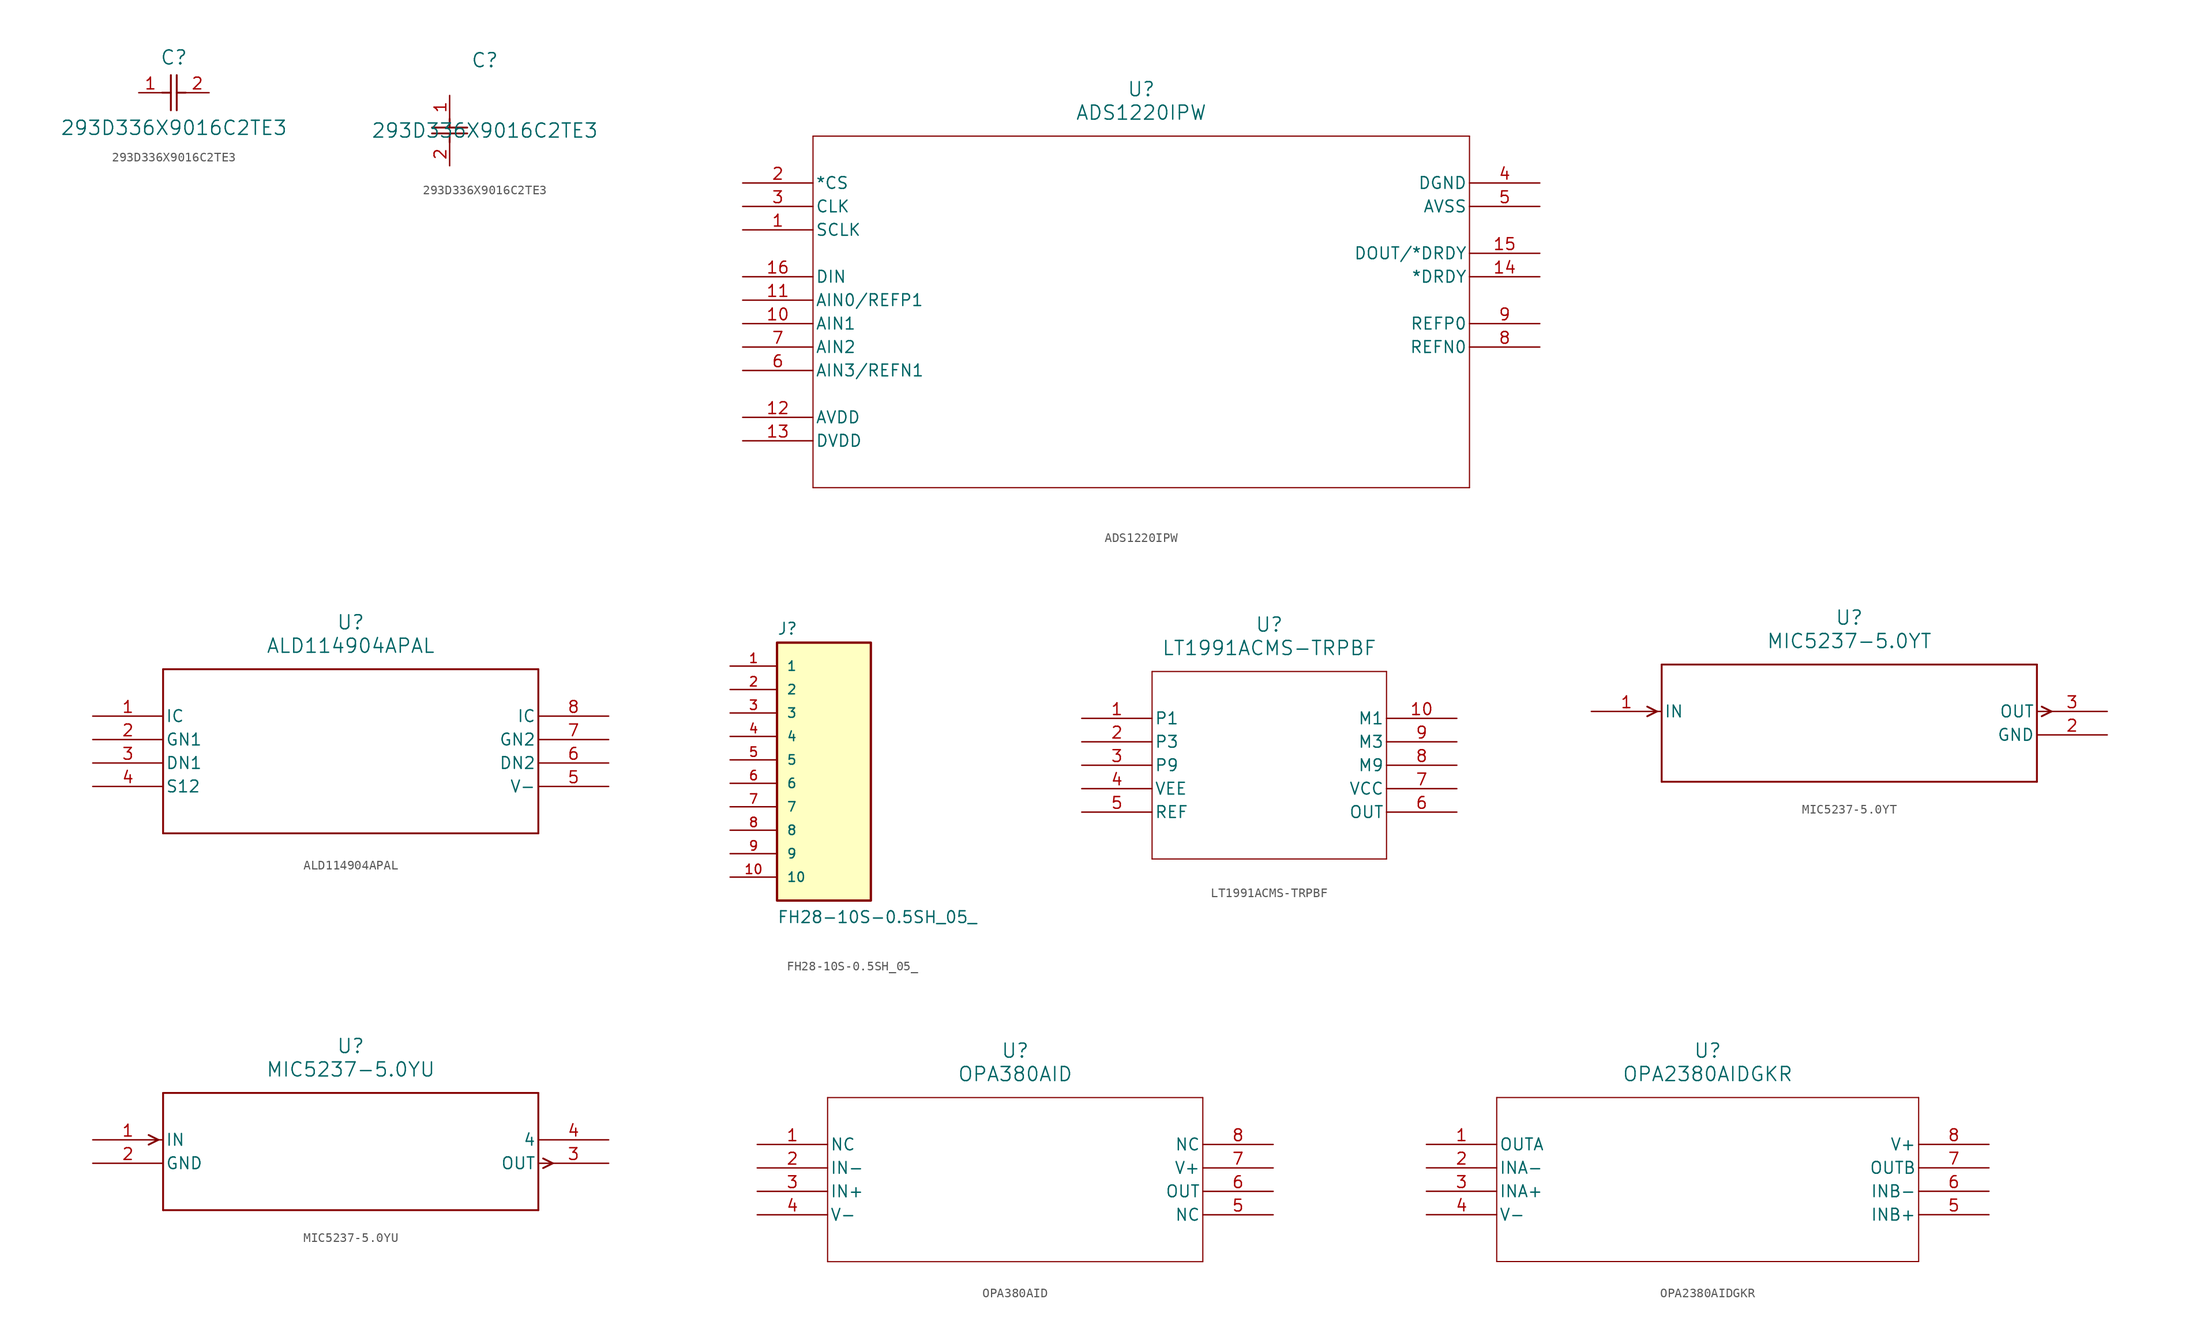
<source format=kicad_sym>
(kicad_symbol_lib
  (version 20241209)
  (generator "kicad_symbol_editor")
  (generator_version "9.0")
  (symbol "293D336X9016C2TE3"
    (pin_names
      (offset 0.254))
    (property "Reference" "C"
      (at 3.81 3.81 0)
      (effects (font (size 1.524 1.524))))
    (property "Value" "293D336X9016C2TE3"
      (at 3.81 -3.81 0)
      (effects (font (size 1.524 1.524))))
    (property "ki_locked" ""
      (at 0 0 0)
      (effects (font (size 1.27 1.27))))
    (symbol "293D336X9016C2TE3_1_1"
      (polyline (pts (xy 2.54 0) (xy 3.48 0)) (stroke (width 0.203) (type default)) (fill (type none)))
      (polyline (pts (xy 3.48 -1.905) (xy 3.48 1.905)) (stroke (width 0.203) (type default)) (fill (type none)))
      (polyline (pts (xy 4.115 0) (xy 5.08 0)) (stroke (width 0.203) (type default)) (fill (type none)))
      (polyline (pts (xy 4.115 -1.905) (xy 4.115 1.905)) (stroke (width 0.203) (type default)) (fill (type none)))
      (pin unspecified line (at 0 0 0) (length 2.54) (name "" (effects (font (size 1.27 1.27)))) (number "1" (effects (font (size 1.27 1.27)))))
      (pin unspecified line (at 7.62 0 180) (length 2.54) (name "" (effects (font (size 1.27 1.27)))) (number "2" (effects (font (size 1.27 1.27))))))
    (symbol "293D336X9016C2TE3_1_2"
      (polyline (pts (xy -1.905 -3.48) (xy 1.905 -3.48)) (stroke (width 0.203) (type default)) (fill (type none)))
      (polyline (pts (xy -1.905 -4.115) (xy 1.905 -4.115)) (stroke (width 0.203) (type default)) (fill (type none)))
      (polyline (pts (xy 0 -2.54) (xy 0 -3.48)) (stroke (width 0.203) (type default)) (fill (type none)))
      (polyline (pts (xy 0 -4.115) (xy 0 -5.08)) (stroke (width 0.203) (type default)) (fill (type none)))
      (pin unspecified line (at 0 0 270) (length 2.54) (name "" (effects (font (size 1.27 1.27)))) (number "1" (effects (font (size 1.27 1.27)))))
      (pin unspecified line (at 0 -7.62 90) (length 2.54) (name "" (effects (font (size 1.27 1.27)))) (number "2" (effects (font (size 1.27 1.27)))))))
  (symbol "ADS1220IPW"
    (pin_names
      (offset 0.254))
    (property "Reference" "U"
      (at 43.18 10.16 0)
      (effects (font (size 1.524 1.524))))
    (property "Value" "ADS1220IPW"
      (at 43.18 7.62 0)
      (effects (font (size 1.524 1.524))))
    (property "ki_locked" ""
      (at 0 0 0)
      (effects (font (size 1.27 1.27))))
    (symbol "ADS1220IPW_0_1"
      (polyline (pts (xy 7.62 5.08) (xy 7.62 -33.02)) (stroke (width 0.127) (type default)) (fill (type none)))
      (polyline (pts (xy 7.62 -33.02) (xy 78.74 -33.02)) (stroke (width 0.127) (type default)) (fill (type none)))
      (polyline (pts (xy 78.74 5.08) (xy 7.62 5.08)) (stroke (width 0.127) (type default)) (fill (type none)))
      (polyline (pts (xy 78.74 -33.02) (xy 78.74 5.08)) (stroke (width 0.127) (type default)) (fill (type none)))
      (pin input line (at 0 0 0) (length 7.62) (name "*CS" (effects (font (size 1.27 1.27)))) (number "2" (effects (font (size 1.27 1.27)))))
      (pin input line (at 0 -2.54 0) (length 7.62) (name "CLK" (effects (font (size 1.27 1.27)))) (number "3" (effects (font (size 1.27 1.27)))))
      (pin input line (at 0 -5.08 0) (length 7.62) (name "SCLK" (effects (font (size 1.27 1.27)))) (number "1" (effects (font (size 1.27 1.27)))))
      (pin input line (at 0 -10.16 0) (length 7.62) (name "DIN" (effects (font (size 1.27 1.27)))) (number "16" (effects (font (size 1.27 1.27)))))
      (pin input line (at 0 -12.7 0) (length 7.62) (name "AIN0/REFP1" (effects (font (size 1.27 1.27)))) (number "11" (effects (font (size 1.27 1.27)))))
      (pin input line (at 0 -15.24 0) (length 7.62) (name "AIN1" (effects (font (size 1.27 1.27)))) (number "10" (effects (font (size 1.27 1.27)))))
      (pin input line (at 0 -17.78 0) (length 7.62) (name "AIN2" (effects (font (size 1.27 1.27)))) (number "7" (effects (font (size 1.27 1.27)))))
      (pin input line (at 0 -20.32 0) (length 7.62) (name "AIN3/REFN1" (effects (font (size 1.27 1.27)))) (number "6" (effects (font (size 1.27 1.27)))))
      (pin power_in line (at 0 -25.4 0) (length 7.62) (name "AVDD" (effects (font (size 1.27 1.27)))) (number "12" (effects (font (size 1.27 1.27)))))
      (pin power_in line (at 0 -27.94 0) (length 7.62) (name "DVDD" (effects (font (size 1.27 1.27)))) (number "13" (effects (font (size 1.27 1.27)))))
      (pin power_in line (at 86.36 0 180) (length 7.62) (name "DGND" (effects (font (size 1.27 1.27)))) (number "4" (effects (font (size 1.27 1.27)))))
      (pin power_in line (at 86.36 -2.54 180) (length 7.62) (name "AVSS" (effects (font (size 1.27 1.27)))) (number "5" (effects (font (size 1.27 1.27)))))
      (pin output line (at 86.36 -7.62 180) (length 7.62) (name "DOUT/*DRDY" (effects (font (size 1.27 1.27)))) (number "15" (effects (font (size 1.27 1.27)))))
      (pin output line (at 86.36 -10.16 180) (length 7.62) (name "*DRDY" (effects (font (size 1.27 1.27)))) (number "14" (effects (font (size 1.27 1.27)))))
      (pin input line (at 86.36 -15.24 180) (length 7.62) (name "REFP0" (effects (font (size 1.27 1.27)))) (number "9" (effects (font (size 1.27 1.27)))))
      (pin input line (at 86.36 -17.78 180) (length 7.62) (name "REFN0" (effects (font (size 1.27 1.27)))) (number "8" (effects (font (size 1.27 1.27)))))))
  (symbol "ALD114904APAL"
    (pin_names
      (offset 0.254))
    (property "Reference" "U"
      (at 27.94 10.16 0)
      (effects (font (size 1.524 1.524))))
    (property "Value" "ALD114904APAL"
      (at 27.94 7.62 0)
      (effects (font (size 1.524 1.524))))
    (property "ki_locked" ""
      (at 0 0 0)
      (effects (font (size 1.27 1.27))))
    (symbol "ALD114904APAL_0_1"
      (polyline (pts (xy 7.62 5.08) (xy 7.62 -12.7)) (stroke (width 0.203) (type default)) (fill (type none)))
      (polyline (pts (xy 7.62 -12.7) (xy 48.26 -12.7)) (stroke (width 0.203) (type default)) (fill (type none)))
      (polyline (pts (xy 48.26 5.08) (xy 7.62 5.08)) (stroke (width 0.203) (type default)) (fill (type none)))
      (polyline (pts (xy 48.26 -12.7) (xy 48.26 5.08)) (stroke (width 0.203) (type default)) (fill (type none)))
      (pin unspecified line (at 0 0 0) (length 7.62) (name "IC" (effects (font (size 1.27 1.27)))) (number "1" (effects (font (size 1.27 1.27)))))
      (pin unspecified line (at 0 -2.54 0) (length 7.62) (name "GN1" (effects (font (size 1.27 1.27)))) (number "2" (effects (font (size 1.27 1.27)))))
      (pin unspecified line (at 0 -5.08 0) (length 7.62) (name "DN1" (effects (font (size 1.27 1.27)))) (number "3" (effects (font (size 1.27 1.27)))))
      (pin unspecified line (at 0 -7.62 0) (length 7.62) (name "S12" (effects (font (size 1.27 1.27)))) (number "4" (effects (font (size 1.27 1.27)))))
      (pin unspecified line (at 55.88 0 180) (length 7.62) (name "IC" (effects (font (size 1.27 1.27)))) (number "8" (effects (font (size 1.27 1.27)))))
      (pin unspecified line (at 55.88 -2.54 180) (length 7.62) (name "GN2" (effects (font (size 1.27 1.27)))) (number "7" (effects (font (size 1.27 1.27)))))
      (pin unspecified line (at 55.88 -5.08 180) (length 7.62) (name "DN2" (effects (font (size 1.27 1.27)))) (number "6" (effects (font (size 1.27 1.27)))))
      (pin power_in line (at 55.88 -7.62 180) (length 7.62) (name "V-" (effects (font (size 1.27 1.27)))) (number "5" (effects (font (size 1.27 1.27)))))))
  (symbol "FH28-10S-0.5SH_05_"
    (pin_names
      (offset 1.016))
    (property "Reference" "J"
      (at -5.08 13.462 0)
      (effects (font (size 1.27 1.27)) (justify left bottom)))
    (property "Value" "FH28-10S-0.5SH_05_"
      (at -5.08 -17.78 0)
      (effects (font (size 1.27 1.27)) (justify left bottom)))
    (symbol "FH28-10S-0.5SH_05__0_0"
      (rectangle (start -5.08 -15.24) (end 5.08 12.7) (stroke (width 0.254) (type default)) (fill (type background)))
      (pin passive line (at -10.16 10.16 0) (length 5.08) (name "1" (effects (font (size 1.016 1.016)))) (number "1" (effects (font (size 1.016 1.016)))))
      (pin passive line (at -10.16 7.62 0) (length 5.08) (name "2" (effects (font (size 1.016 1.016)))) (number "2" (effects (font (size 1.016 1.016)))))
      (pin passive line (at -10.16 5.08 0) (length 5.08) (name "3" (effects (font (size 1.016 1.016)))) (number "3" (effects (font (size 1.016 1.016)))))
      (pin passive line (at -10.16 2.54 0) (length 5.08) (name "4" (effects (font (size 1.016 1.016)))) (number "4" (effects (font (size 1.016 1.016)))))
      (pin passive line (at -10.16 0 0) (length 5.08) (name "5" (effects (font (size 1.016 1.016)))) (number "5" (effects (font (size 1.016 1.016)))))
      (pin passive line (at -10.16 -2.54 0) (length 5.08) (name "6" (effects (font (size 1.016 1.016)))) (number "6" (effects (font (size 1.016 1.016)))))
      (pin passive line (at -10.16 -5.08 0) (length 5.08) (name "7" (effects (font (size 1.016 1.016)))) (number "7" (effects (font (size 1.016 1.016)))))
      (pin passive line (at -10.16 -7.62 0) (length 5.08) (name "8" (effects (font (size 1.016 1.016)))) (number "8" (effects (font (size 1.016 1.016)))))
      (pin passive line (at -10.16 -10.16 0) (length 5.08) (name "9" (effects (font (size 1.016 1.016)))) (number "9" (effects (font (size 1.016 1.016)))))
      (pin passive line (at -10.16 -12.7 0) (length 5.08) (name "10" (effects (font (size 1.016 1.016)))) (number "10" (effects (font (size 1.016 1.016)))))))
  (symbol "LT1991ACMS-TRPBF"
    (pin_names
      (offset 0.254))
    (property "Reference" "U"
      (at 20.32 10.16 0)
      (effects (font (size 1.524 1.524))))
    (property "Value" "LT1991ACMS-TRPBF"
      (at 20.32 7.62 0)
      (effects (font (size 1.524 1.524))))
    (property "ki_locked" ""
      (at 0 0 0)
      (effects (font (size 1.27 1.27))))
    (symbol "LT1991ACMS-TRPBF_0_1"
      (polyline (pts (xy 7.62 5.08) (xy 7.62 -15.24)) (stroke (width 0.127) (type default)) (fill (type none)))
      (polyline (pts (xy 7.62 -15.24) (xy 33.02 -15.24)) (stroke (width 0.127) (type default)) (fill (type none)))
      (polyline (pts (xy 33.02 5.08) (xy 7.62 5.08)) (stroke (width 0.127) (type default)) (fill (type none)))
      (polyline (pts (xy 33.02 -15.24) (xy 33.02 5.08)) (stroke (width 0.127) (type default)) (fill (type none)))
      (pin input line (at 0 0 0) (length 7.62) (name "P1" (effects (font (size 1.27 1.27)))) (number "1" (effects (font (size 1.27 1.27)))))
      (pin input line (at 0 -2.54 0) (length 7.62) (name "P3" (effects (font (size 1.27 1.27)))) (number "2" (effects (font (size 1.27 1.27)))))
      (pin input line (at 0 -5.08 0) (length 7.62) (name "P9" (effects (font (size 1.27 1.27)))) (number "3" (effects (font (size 1.27 1.27)))))
      (pin power_in line (at 0 -7.62 0) (length 7.62) (name "VEE" (effects (font (size 1.27 1.27)))) (number "4" (effects (font (size 1.27 1.27)))))
      (pin input line (at 0 -10.16 0) (length 7.62) (name "REF" (effects (font (size 1.27 1.27)))) (number "5" (effects (font (size 1.27 1.27)))))
      (pin input line (at 40.64 0 180) (length 7.62) (name "M1" (effects (font (size 1.27 1.27)))) (number "10" (effects (font (size 1.27 1.27)))))
      (pin input line (at 40.64 -2.54 180) (length 7.62) (name "M3" (effects (font (size 1.27 1.27)))) (number "9" (effects (font (size 1.27 1.27)))))
      (pin input line (at 40.64 -5.08 180) (length 7.62) (name "M9" (effects (font (size 1.27 1.27)))) (number "8" (effects (font (size 1.27 1.27)))))
      (pin power_in line (at 40.64 -7.62 180) (length 7.62) (name "VCC" (effects (font (size 1.27 1.27)))) (number "7" (effects (font (size 1.27 1.27)))))
      (pin output line (at 40.64 -10.16 180) (length 7.62) (name "OUT" (effects (font (size 1.27 1.27)))) (number "6" (effects (font (size 1.27 1.27)))))))
  (symbol "MIC5237-5.0YT"
    (pin_names
      (offset 0.254))
    (property "Reference" "U"
      (at 27.94 10.16 0)
      (effects (font (size 1.524 1.524))))
    (property "Value" "MIC5237-5.0YT"
      (at 27.94 7.62 0)
      (effects (font (size 1.524 1.524))))
    (property "ki_locked" ""
      (at 0 0 0)
      (effects (font (size 1.27 1.27))))
    (symbol "MIC5237-5.0YT_0_1"
      (polyline (pts (xy 7.099 0) (xy 6.058 0.521)) (stroke (width 0.203) (type default)) (fill (type none)))
      (polyline (pts (xy 7.099 0) (xy 6.058 -0.521)) (stroke (width 0.203) (type default)) (fill (type none)))
      (polyline (pts (xy 7.62 5.08) (xy 7.62 -7.62)) (stroke (width 0.203) (type default)) (fill (type none)))
      (polyline (pts (xy 7.62 -7.62) (xy 48.26 -7.62)) (stroke (width 0.203) (type default)) (fill (type none)))
      (polyline (pts (xy 48.26 5.08) (xy 7.62 5.08)) (stroke (width 0.203) (type default)) (fill (type none)))
      (polyline (pts (xy 48.26 -7.62) (xy 48.26 5.08)) (stroke (width 0.203) (type default)) (fill (type none)))
      (polyline (pts (xy 48.781 0.521) (xy 49.822 0)) (stroke (width 0.203) (type default)) (fill (type none)))
      (polyline (pts (xy 48.781 -0.521) (xy 49.822 0)) (stroke (width 0.203) (type default)) (fill (type none)))
      (pin input line (at 0 0 0) (length 7.62) (name "IN" (effects (font (size 1.27 1.27)))) (number "1" (effects (font (size 1.27 1.27)))))
      (pin power_in line (at 55.88 -2.54 180) (length 7.62) (name "GND" (effects (font (size 1.27 1.27)))) (number "2" (effects (font (size 1.27 1.27))))))
    (symbol "MIC5237-5.0YT_1_1"
      (pin power_in line (at 55.88 0 180) (length 7.62) (name "OUT" (effects (font (size 1.27 1.27)))) (number "3" (effects (font (size 1.27 1.27)))))))
  (symbol "MIC5237-5.0YU"
    (pin_names
      (offset 0.254))
    (property "Reference" "U"
      (at 27.94 10.16 0)
      (effects (font (size 1.524 1.524))))
    (property "Value" "MIC5237-5.0YU"
      (at 27.94 7.62 0)
      (effects (font (size 1.524 1.524))))
    (property "ki_locked" ""
      (at 0 0 0)
      (effects (font (size 1.27 1.27))))
    (symbol "MIC5237-5.0YU_0_1"
      (polyline (pts (xy 7.099 0) (xy 6.058 0.521)) (stroke (width 0.203) (type default)) (fill (type none)))
      (polyline (pts (xy 7.099 0) (xy 6.058 -0.521)) (stroke (width 0.203) (type default)) (fill (type none)))
      (polyline (pts (xy 7.62 5.08) (xy 7.62 -7.62)) (stroke (width 0.203) (type default)) (fill (type none)))
      (polyline (pts (xy 7.62 -7.62) (xy 48.26 -7.62)) (stroke (width 0.203) (type default)) (fill (type none)))
      (polyline (pts (xy 48.26 5.08) (xy 7.62 5.08)) (stroke (width 0.203) (type default)) (fill (type none)))
      (polyline (pts (xy 48.26 -7.62) (xy 48.26 5.08)) (stroke (width 0.203) (type default)) (fill (type none)))
      (polyline (pts (xy 48.781 -2.019) (xy 49.822 -2.54)) (stroke (width 0.203) (type default)) (fill (type none)))
      (polyline (pts (xy 48.781 -3.061) (xy 49.822 -2.54)) (stroke (width 0.203) (type default)) (fill (type none)))
      (pin input line (at 0 0 0) (length 7.62) (name "IN" (effects (font (size 1.27 1.27)))) (number "1" (effects (font (size 1.27 1.27)))))
      (pin power_in line (at 0 -2.54 0) (length 7.62) (name "GND" (effects (font (size 1.27 1.27)))) (number "2" (effects (font (size 1.27 1.27)))))
      (pin unspecified line (at 55.88 0 180) (length 7.62) (name "4" (effects (font (size 1.27 1.27)))) (number "4" (effects (font (size 1.27 1.27)))))
      (pin output line (at 55.88 -2.54 180) (length 7.62) (name "OUT" (effects (font (size 1.27 1.27)))) (number "3" (effects (font (size 1.27 1.27)))))))
  (symbol "OPA380AID"
    (pin_names
      (offset 0.254))
    (property "Reference" "U"
      (at 27.94 10.16 0)
      (effects (font (size 1.524 1.524))))
    (property "Value" "OPA380AID"
      (at 27.94 7.62 0)
      (effects (font (size 1.524 1.524))))
    (property "ki_locked" ""
      (at 0 0 0)
      (effects (font (size 1.27 1.27))))
    (symbol "OPA380AID_0_1"
      (polyline (pts (xy 7.62 5.08) (xy 7.62 -12.7)) (stroke (width 0.127) (type default)) (fill (type none)))
      (polyline (pts (xy 7.62 -12.7) (xy 48.26 -12.7)) (stroke (width 0.127) (type default)) (fill (type none)))
      (polyline (pts (xy 48.26 5.08) (xy 7.62 5.08)) (stroke (width 0.127) (type default)) (fill (type none)))
      (polyline (pts (xy 48.26 -12.7) (xy 48.26 5.08)) (stroke (width 0.127) (type default)) (fill (type none)))
      (pin unspecified line (at 0 0 0) (length 7.62) (name "NC" (effects (font (size 1.27 1.27)))) (number "1" (effects (font (size 1.27 1.27)))))
      (pin input line (at 0 -2.54 0) (length 7.62) (name "IN-" (effects (font (size 1.27 1.27)))) (number "2" (effects (font (size 1.27 1.27)))))
      (pin input line (at 0 -5.08 0) (length 7.62) (name "IN+" (effects (font (size 1.27 1.27)))) (number "3" (effects (font (size 1.27 1.27)))))
      (pin power_in line (at 0 -7.62 0) (length 7.62) (name "V-" (effects (font (size 1.27 1.27)))) (number "4" (effects (font (size 1.27 1.27)))))
      (pin unspecified line (at 55.88 0 180) (length 7.62) (name "NC" (effects (font (size 1.27 1.27)))) (number "8" (effects (font (size 1.27 1.27)))))
      (pin power_in line (at 55.88 -2.54 180) (length 7.62) (name "V+" (effects (font (size 1.27 1.27)))) (number "7" (effects (font (size 1.27 1.27)))))
      (pin output line (at 55.88 -5.08 180) (length 7.62) (name "OUT" (effects (font (size 1.27 1.27)))) (number "6" (effects (font (size 1.27 1.27)))))
      (pin unspecified line (at 55.88 -7.62 180) (length 7.62) (name "NC" (effects (font (size 1.27 1.27)))) (number "5" (effects (font (size 1.27 1.27)))))))
  (symbol "OPA2380AIDGKR"
    (pin_names
      (offset 0.254))
    (property "Reference" "U"
      (at 30.48 10.16 0)
      (effects (font (size 1.524 1.524))))
    (property "Value" "OPA2380AIDGKR"
      (at 30.48 7.62 0)
      (effects (font (size 1.524 1.524))))
    (property "ki_locked" ""
      (at 0 0 0)
      (effects (font (size 1.27 1.27))))
    (symbol "OPA2380AIDGKR_0_1"
      (polyline (pts (xy 7.62 5.08) (xy 7.62 -12.7)) (stroke (width 0.127) (type default)) (fill (type none)))
      (polyline (pts (xy 7.62 -12.7) (xy 53.34 -12.7)) (stroke (width 0.127) (type default)) (fill (type none)))
      (polyline (pts (xy 53.34 5.08) (xy 7.62 5.08)) (stroke (width 0.127) (type default)) (fill (type none)))
      (polyline (pts (xy 53.34 -12.7) (xy 53.34 5.08)) (stroke (width 0.127) (type default)) (fill (type none)))
      (pin output line (at 0 0 0) (length 7.62) (name "OUTA" (effects (font (size 1.27 1.27)))) (number "1" (effects (font (size 1.27 1.27)))))
      (pin input line (at 0 -2.54 0) (length 7.62) (name "INA-" (effects (font (size 1.27 1.27)))) (number "2" (effects (font (size 1.27 1.27)))))
      (pin input line (at 0 -5.08 0) (length 7.62) (name "INA+" (effects (font (size 1.27 1.27)))) (number "3" (effects (font (size 1.27 1.27)))))
      (pin power_in line (at 0 -7.62 0) (length 7.62) (name "V-" (effects (font (size 1.27 1.27)))) (number "4" (effects (font (size 1.27 1.27)))))
      (pin power_in line (at 60.96 0 180) (length 7.62) (name "V+" (effects (font (size 1.27 1.27)))) (number "8" (effects (font (size 1.27 1.27)))))
      (pin output line (at 60.96 -2.54 180) (length 7.62) (name "OUTB" (effects (font (size 1.27 1.27)))) (number "7" (effects (font (size 1.27 1.27)))))
      (pin input line (at 60.96 -5.08 180) (length 7.62) (name "INB-" (effects (font (size 1.27 1.27)))) (number "6" (effects (font (size 1.27 1.27)))))
      (pin input line (at 60.96 -7.62 180) (length 7.62) (name "INB+" (effects (font (size 1.27 1.27)))) (number "5" (effects (font (size 1.27 1.27))))))))
</source>
